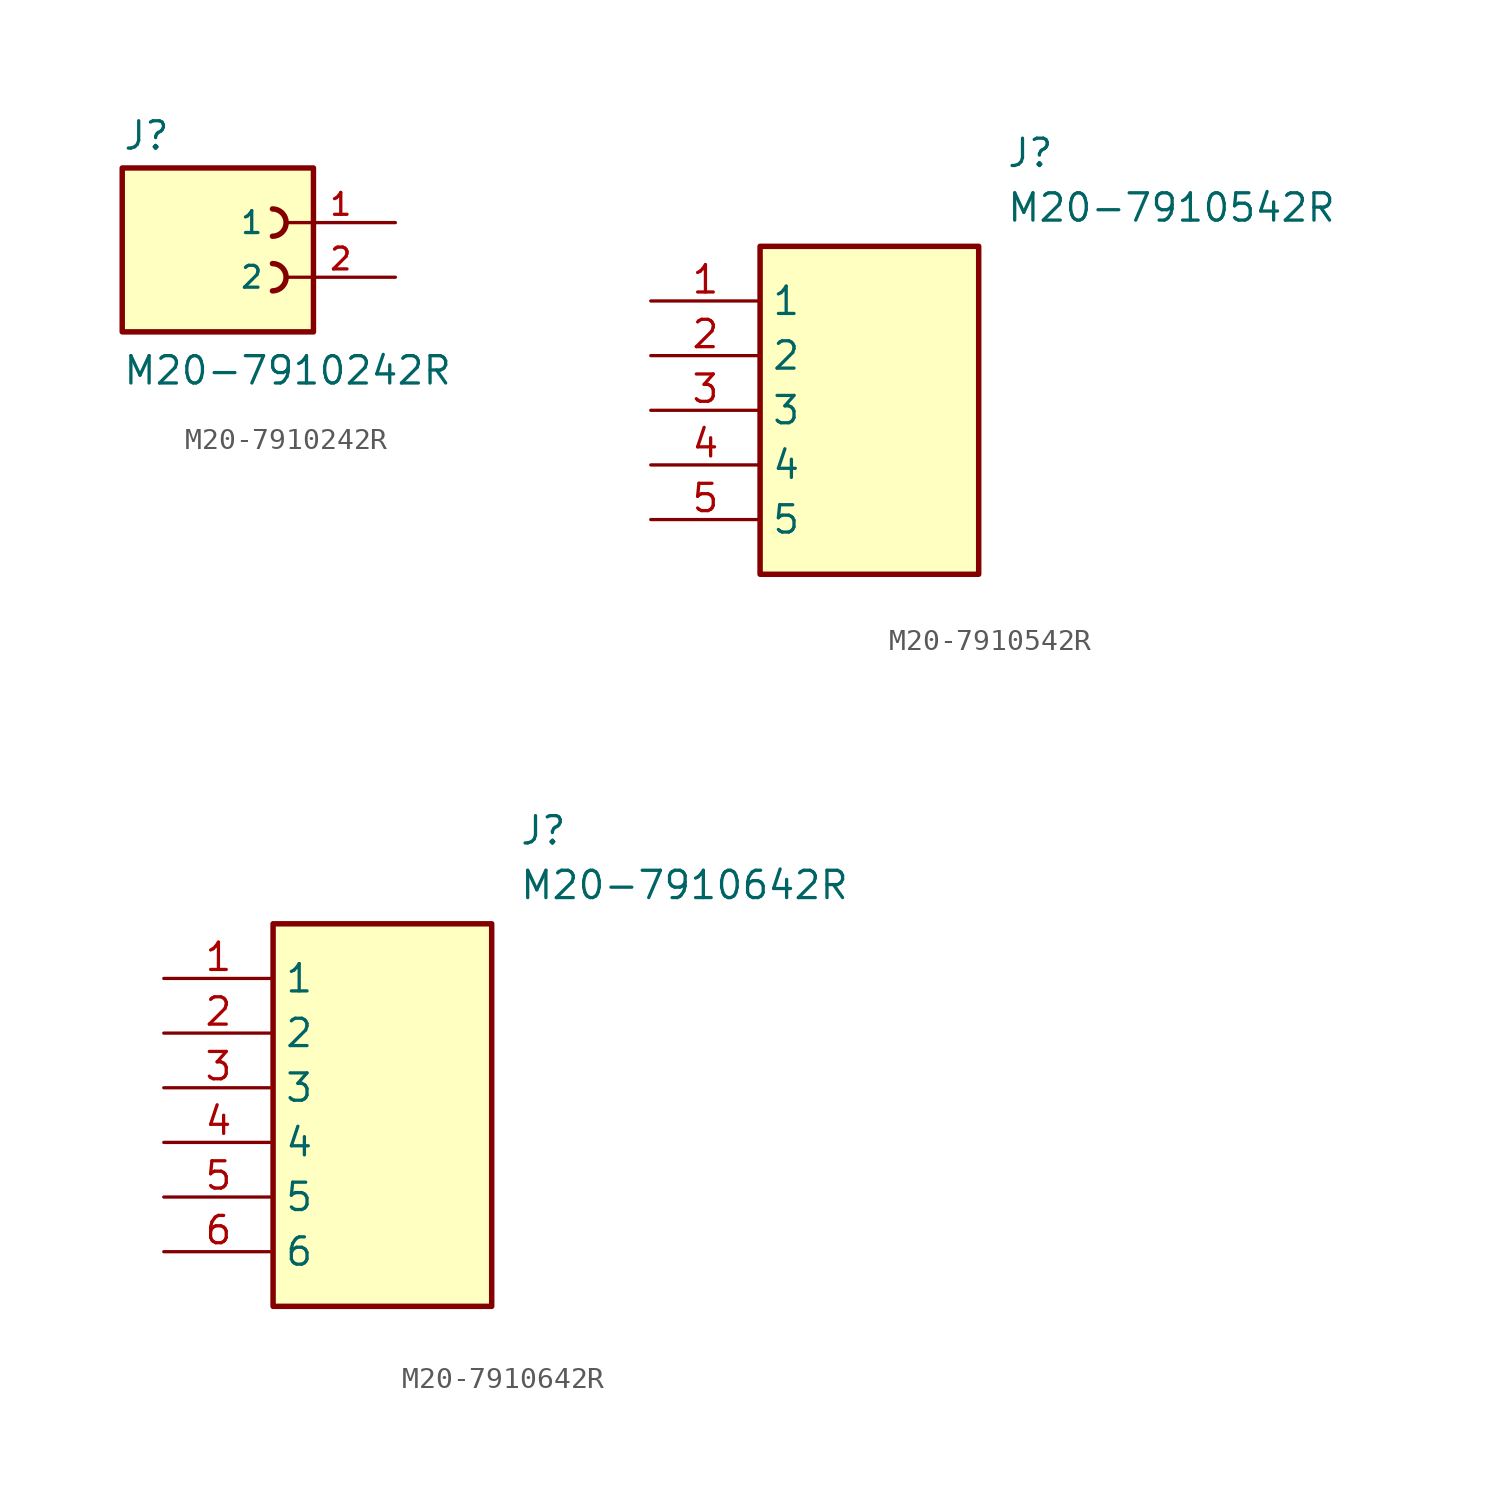
<source format=kicad_sym>
(kicad_symbol_lib
  (version 20241209)
  (generator "kicad_symbol_editor")
  (generator_version "9.0")
  (symbol "M20-7910242R"
    (pin_names
      (offset 1.016))
    (property "Reference" "J"
      (at -5.08 5.842 0)
      (effects (font (size 1.27 1.27)) (justify left bottom)))
    (property "Value" "M20-7910242R"
      (at -5.08 -5.08 0)
      (effects (font (size 1.27 1.27)) (justify left bottom)))
    (symbol "M20-7910242R_0_0"
      (rectangle (start -5.08 -2.54) (end 3.81 5.08) (stroke (width 0.254) (type default)) (fill (type background)))
      (arc (start 1.905 3.175) (mid 2.5372 2.54) (end 1.905 1.905) (stroke (width 0.254) (type default)) (fill (type none)))
      (arc (start 1.905 0.635) (mid 2.5372 0) (end 1.905 -0.635) (stroke (width 0.254) (type default)) (fill (type none)))
      (pin passive line (at 7.62 2.54 180) (length 5.08) (name "1" (effects (font (size 1.016 1.016)))) (number "1" (effects (font (size 1.016 1.016)))))
      (pin passive line (at 7.62 0 180) (length 5.08) (name "2" (effects (font (size 1.016 1.016)))) (number "2" (effects (font (size 1.016 1.016)))))))
  (symbol "M20-7910542R"
    (property "Reference" "J"
      (at 16.51 7.62 0)
      (effects (font (size 1.27 1.27)) (justify left top)))
    (property "Value" "M20-7910542R"
      (at 16.51 5.08 0)
      (effects (font (size 1.27 1.27)) (justify left top)))
    (symbol "M20-7910542R_1_1"
      (rectangle (start 5.08 2.54) (end 15.24 -12.7) (stroke (width 0.254) (type default)) (fill (type background)))
      (pin passive line (at 0 0 0) (length 5.08) (name "1" (effects (font (size 1.27 1.27)))) (number "1" (effects (font (size 1.27 1.27)))))
      (pin passive line (at 0 -2.54 0) (length 5.08) (name "2" (effects (font (size 1.27 1.27)))) (number "2" (effects (font (size 1.27 1.27)))))
      (pin passive line (at 0 -5.08 0) (length 5.08) (name "3" (effects (font (size 1.27 1.27)))) (number "3" (effects (font (size 1.27 1.27)))))
      (pin passive line (at 0 -7.62 0) (length 5.08) (name "4" (effects (font (size 1.27 1.27)))) (number "4" (effects (font (size 1.27 1.27)))))
      (pin passive line (at 0 -10.16 0) (length 5.08) (name "5" (effects (font (size 1.27 1.27)))) (number "5" (effects (font (size 1.27 1.27)))))))
  (symbol "M20-7910642R"
    (property "Reference" "J"
      (at 16.51 7.62 0)
      (effects (font (size 1.27 1.27)) (justify left top)))
    (property "Value" "M20-7910642R"
      (at 16.51 5.08 0)
      (effects (font (size 1.27 1.27)) (justify left top)))
    (symbol "M20-7910642R_1_1"
      (rectangle (start 5.08 2.54) (end 15.24 -15.24) (stroke (width 0.254) (type default)) (fill (type background)))
      (pin passive line (at 0 0 0) (length 5.08) (name "1" (effects (font (size 1.27 1.27)))) (number "1" (effects (font (size 1.27 1.27)))))
      (pin passive line (at 0 -2.54 0) (length 5.08) (name "2" (effects (font (size 1.27 1.27)))) (number "2" (effects (font (size 1.27 1.27)))))
      (pin passive line (at 0 -5.08 0) (length 5.08) (name "3" (effects (font (size 1.27 1.27)))) (number "3" (effects (font (size 1.27 1.27)))))
      (pin passive line (at 0 -7.62 0) (length 5.08) (name "4" (effects (font (size 1.27 1.27)))) (number "4" (effects (font (size 1.27 1.27)))))
      (pin passive line (at 0 -10.16 0) (length 5.08) (name "5" (effects (font (size 1.27 1.27)))) (number "5" (effects (font (size 1.27 1.27)))))
      (pin passive line (at 0 -12.7 0) (length 5.08) (name "6" (effects (font (size 1.27 1.27)))) (number "6" (effects (font (size 1.27 1.27))))))))
</source>
